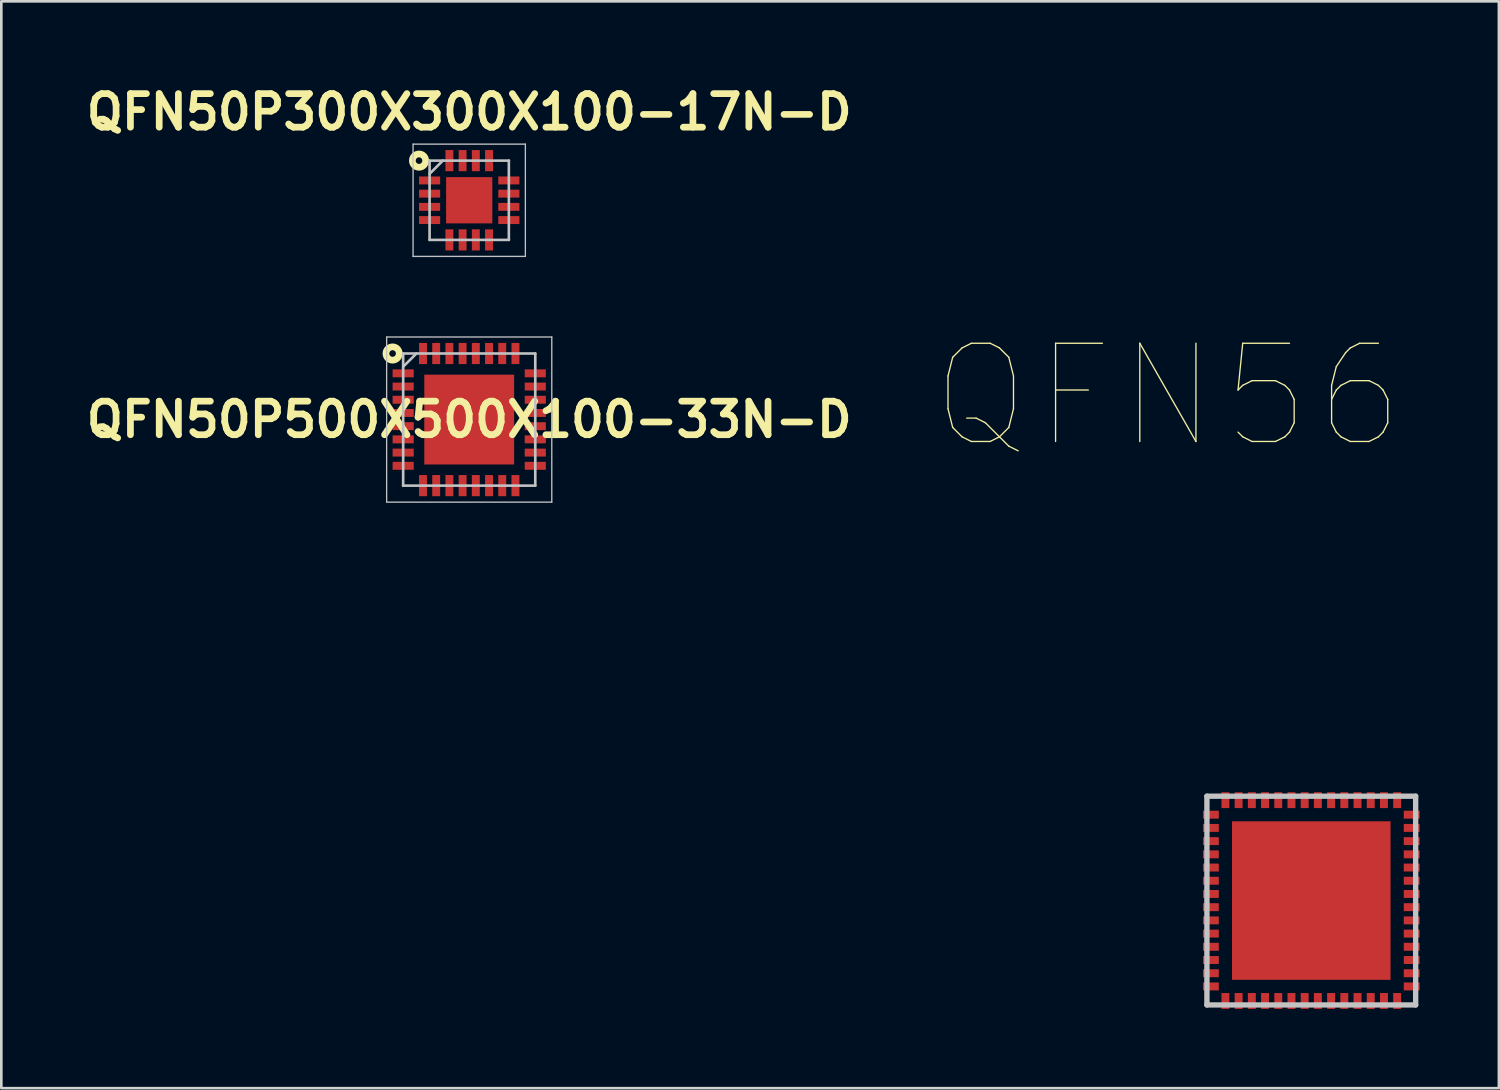
<source format=kicad_pcb>
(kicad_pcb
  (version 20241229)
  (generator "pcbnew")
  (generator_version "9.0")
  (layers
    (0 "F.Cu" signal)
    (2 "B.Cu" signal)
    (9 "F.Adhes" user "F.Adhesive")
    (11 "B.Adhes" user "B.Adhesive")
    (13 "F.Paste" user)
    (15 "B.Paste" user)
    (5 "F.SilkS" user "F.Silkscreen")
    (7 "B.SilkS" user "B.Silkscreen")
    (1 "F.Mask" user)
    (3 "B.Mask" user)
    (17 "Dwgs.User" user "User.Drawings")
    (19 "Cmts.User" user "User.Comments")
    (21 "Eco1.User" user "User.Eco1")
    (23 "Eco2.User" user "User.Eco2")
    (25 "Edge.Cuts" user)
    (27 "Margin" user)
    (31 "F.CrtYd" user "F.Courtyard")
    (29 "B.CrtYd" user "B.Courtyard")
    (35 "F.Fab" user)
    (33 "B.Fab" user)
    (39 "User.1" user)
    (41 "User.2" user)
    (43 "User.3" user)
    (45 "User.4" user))
  (footprint "QFN50P500X500X100-33N-D"
    (layer "F.Cu")
    (at 14.708 12.829)
    (property "Reference" "QFN50P500X500X100-33N-D" (at 0 0 0) (layer "F.SilkS") (effects (font (size 1.27 1.27) (thickness 0.254))))
    (attr smd)
    (fp_circle (center -2.9 -2.5) (end -2.775 -2.5) (stroke (width 0.254) (type solid)) (fill no) (layer "F.SilkS"))
    (fp_line (start -3.125 -3.125) (end 3.125 -3.125) (stroke (width 0.05) (type solid)) (layer "Dwgs.User"))
    (fp_line (start -3.125 3.125) (end -3.125 -3.125) (stroke (width 0.05) (type solid)) (layer "Dwgs.User"))
    (fp_line (start -2.5 -2.5) (end 2.5 -2.5) (stroke (width 0.1) (type solid)) (layer "Dwgs.User"))
    (fp_line (start -2.5 -2) (end -2 -2.5) (stroke (width 0.1) (type solid)) (layer "Dwgs.User"))
    (fp_line (start -2.5 2.5) (end -2.5 -2.5) (stroke (width 0.1) (type solid)) (layer "Dwgs.User"))
    (fp_line (start 2.5 -2.5) (end 2.5 2.5) (stroke (width 0.1) (type solid)) (layer "Dwgs.User"))
    (fp_line (start 2.5 2.5) (end -2.5 2.5) (stroke (width 0.1) (type solid)) (layer "Dwgs.User"))
    (fp_line (start 3.125 -3.125) (end 3.125 3.125) (stroke (width 0.05) (type solid)) (layer "Dwgs.User"))
    (fp_line (start 3.125 3.125) (end -3.125 3.125) (stroke (width 0.05) (type solid)) (layer "Dwgs.User"))
    (pad "1" smd rect (at -2.5 -1.75 90) (size 0.3 0.8) (layers "F.Cu" "F.Mask" "F.Paste"))
    (pad "2" smd rect (at -2.5 -1.25 90) (size 0.3 0.8) (layers "F.Cu" "F.Mask" "F.Paste"))
    (pad "3" smd rect (at -2.5 -0.75 90) (size 0.3 0.8) (layers "F.Cu" "F.Mask" "F.Paste"))
    (pad "4" smd rect (at -2.5 -0.25 90) (size 0.3 0.8) (layers "F.Cu" "F.Mask" "F.Paste"))
    (pad "5" smd rect (at -2.5 0.25 90) (size 0.3 0.8) (layers "F.Cu" "F.Mask" "F.Paste"))
    (pad "6" smd rect (at -2.5 0.75 90) (size 0.3 0.8) (layers "F.Cu" "F.Mask" "F.Paste"))
    (pad "7" smd rect (at -2.5 1.25 90) (size 0.3 0.8) (layers "F.Cu" "F.Mask" "F.Paste"))
    (pad "8" smd rect (at -2.5 1.75 90) (size 0.3 0.8) (layers "F.Cu" "F.Mask" "F.Paste"))
    (pad "9" smd rect (at -1.75 2.5) (size 0.3 0.8) (layers "F.Cu" "F.Mask" "F.Paste"))
    (pad "10" smd rect (at -1.25 2.5) (size 0.3 0.8) (layers "F.Cu" "F.Mask" "F.Paste"))
    (pad "11" smd rect (at -0.75 2.5) (size 0.3 0.8) (layers "F.Cu" "F.Mask" "F.Paste"))
    (pad "12" smd rect (at -0.25 2.5) (size 0.3 0.8) (layers "F.Cu" "F.Mask" "F.Paste"))
    (pad "13" smd rect (at 0.25 2.5) (size 0.3 0.8) (layers "F.Cu" "F.Mask" "F.Paste"))
    (pad "14" smd rect (at 0.75 2.5) (size 0.3 0.8) (layers "F.Cu" "F.Mask" "F.Paste"))
    (pad "15" smd rect (at 1.25 2.5) (size 0.3 0.8) (layers "F.Cu" "F.Mask" "F.Paste"))
    (pad "16" smd rect (at 1.75 2.5) (size 0.3 0.8) (layers "F.Cu" "F.Mask" "F.Paste"))
    (pad "17" smd rect (at 2.5 1.75 90) (size 0.3 0.8) (layers "F.Cu" "F.Mask" "F.Paste"))
    (pad "18" smd rect (at 2.5 1.25 90) (size 0.3 0.8) (layers "F.Cu" "F.Mask" "F.Paste"))
    (pad "19" smd rect (at 2.5 0.75 90) (size 0.3 0.8) (layers "F.Cu" "F.Mask" "F.Paste"))
    (pad "20" smd rect (at 2.5 0.25 90) (size 0.3 0.8) (layers "F.Cu" "F.Mask" "F.Paste"))
    (pad "21" smd rect (at 2.5 -0.25 90) (size 0.3 0.8) (layers "F.Cu" "F.Mask" "F.Paste"))
    (pad "22" smd rect (at 2.5 -0.75 90) (size 0.3 0.8) (layers "F.Cu" "F.Mask" "F.Paste"))
    (pad "23" smd rect (at 2.5 -1.25 90) (size 0.3 0.8) (layers "F.Cu" "F.Mask" "F.Paste"))
    (pad "24" smd rect (at 2.5 -1.75 90) (size 0.3 0.8) (layers "F.Cu" "F.Mask" "F.Paste"))
    (pad "25" smd rect (at 1.75 -2.5) (size 0.3 0.8) (layers "F.Cu" "F.Mask" "F.Paste"))
    (pad "26" smd rect (at 1.25 -2.5) (size 0.3 0.8) (layers "F.Cu" "F.Mask" "F.Paste"))
    (pad "27" smd rect (at 0.75 -2.5) (size 0.3 0.8) (layers "F.Cu" "F.Mask" "F.Paste"))
    (pad "28" smd rect (at 0.25 -2.5) (size 0.3 0.8) (layers "F.Cu" "F.Mask" "F.Paste"))
    (pad "29" smd rect (at -0.25 -2.5) (size 0.3 0.8) (layers "F.Cu" "F.Mask" "F.Paste"))
    (pad "30" smd rect (at -0.75 -2.5) (size 0.3 0.8) (layers "F.Cu" "F.Mask" "F.Paste"))
    (pad "31" smd rect (at -1.25 -2.5) (size 0.3 0.8) (layers "F.Cu" "F.Mask" "F.Paste"))
    (pad "32" smd rect (at -1.75 -2.5) (size 0.3 0.8) (layers "F.Cu" "F.Mask" "F.Paste"))
    (pad "33" smd rect (at 0 0) (size 3.4 3.4) (layers "F.Cu" "F.Mask" "F.Paste")))
  (footprint "QFN50P300X300X100-17N-D"
    (layer "F.Cu")
    (at 14.708 4.529)
    (property "Reference" "QFN50P300X300X100-17N-D" (at 0 -3.34 0) (layer "F.SilkS") (effects (font (size 1.27 1.27) (thickness 0.254))))
    (attr smd)
    (fp_circle (center -1.9 -1.5) (end -1.775 -1.5) (stroke (width 0.254) (type solid)) (fill no) (layer "F.SilkS"))
    (fp_line (start -2.125 -2.125) (end 2.125 -2.125) (stroke (width 0.05) (type solid)) (layer "Dwgs.User"))
    (fp_line (start -2.125 2.125) (end -2.125 -2.125) (stroke (width 0.05) (type solid)) (layer "Dwgs.User"))
    (fp_line (start -1.5 -1.5) (end 1.5 -1.5) (stroke (width 0.1) (type solid)) (layer "Dwgs.User"))
    (fp_line (start -1.5 -1) (end -1 -1.5) (stroke (width 0.1) (type solid)) (layer "Dwgs.User"))
    (fp_line (start -1.5 1.5) (end -1.5 -1.5) (stroke (width 0.1) (type solid)) (layer "Dwgs.User"))
    (fp_line (start 1.5 -1.5) (end 1.5 1.5) (stroke (width 0.1) (type solid)) (layer "Dwgs.User"))
    (fp_line (start 1.5 1.5) (end -1.5 1.5) (stroke (width 0.1) (type solid)) (layer "Dwgs.User"))
    (fp_line (start 2.125 -2.125) (end 2.125 2.125) (stroke (width 0.05) (type solid)) (layer "Dwgs.User"))
    (fp_line (start 2.125 2.125) (end -2.125 2.125) (stroke (width 0.05) (type solid)) (layer "Dwgs.User"))
    (pad "1" smd rect (at -1.5 -0.75 90) (size 0.3 0.8) (layers "F.Cu" "F.Mask" "F.Paste"))
    (pad "2" smd rect (at -1.5 -0.25 90) (size 0.3 0.8) (layers "F.Cu" "F.Mask" "F.Paste"))
    (pad "3" smd rect (at -1.5 0.25 90) (size 0.3 0.8) (layers "F.Cu" "F.Mask" "F.Paste"))
    (pad "4" smd rect (at -1.5 0.75 90) (size 0.3 0.8) (layers "F.Cu" "F.Mask" "F.Paste"))
    (pad "5" smd rect (at -0.75 1.5) (size 0.3 0.8) (layers "F.Cu" "F.Mask" "F.Paste"))
    (pad "6" smd rect (at -0.25 1.5) (size 0.3 0.8) (layers "F.Cu" "F.Mask" "F.Paste"))
    (pad "7" smd rect (at 0.25 1.5) (size 0.3 0.8) (layers "F.Cu" "F.Mask" "F.Paste"))
    (pad "8" smd rect (at 0.75 1.5) (size 0.3 0.8) (layers "F.Cu" "F.Mask" "F.Paste"))
    (pad "9" smd rect (at 1.5 0.75 90) (size 0.3 0.8) (layers "F.Cu" "F.Mask" "F.Paste"))
    (pad "10" smd rect (at 1.5 0.25 90) (size 0.3 0.8) (layers "F.Cu" "F.Mask" "F.Paste"))
    (pad "11" smd rect (at 1.5 -0.25 90) (size 0.3 0.8) (layers "F.Cu" "F.Mask" "F.Paste"))
    (pad "12" smd rect (at 1.5 -0.75 90) (size 0.3 0.8) (layers "F.Cu" "F.Mask" "F.Paste"))
    (pad "13" smd rect (at 0.75 -1.5) (size 0.3 0.8) (layers "F.Cu" "F.Mask" "F.Paste"))
    (pad "14" smd rect (at 0.25 -1.5) (size 0.3 0.8) (layers "F.Cu" "F.Mask" "F.Paste"))
    (pad "15" smd rect (at -0.25 -1.5) (size 0.3 0.8) (layers "F.Cu" "F.Mask" "F.Paste"))
    (pad "16" smd rect (at -0.75 -1.5) (size 0.3 0.8) (layers "F.Cu" "F.Mask" "F.Paste"))
    (pad "17" smd rect (at 0 0) (size 1.75 1.75) (layers "F.Cu" "F.Mask" "F.Paste")))
  (footprint "QFN56"
    (layer "F.Cu")
    (at 46.577 31.033)
    (property "Reference" "QFN56" (at -5.428 -19.092 0) (layer "F.SilkS") (effects (font (size 3.718 3.718) (thickness 0.05))))
    (attr smd)
    (fp_line (start -3.95 -3.95) (end -3.95 3.95) (stroke (width 0.203) (type solid)) (layer "Dwgs.User"))
    (fp_line (start -3.95 3.95) (end 3.95 3.95) (stroke (width 0.203) (type solid)) (layer "Dwgs.User"))
    (fp_line (start 3.95 -3.95) (end -3.95 -3.95) (stroke (width 0.203) (type solid)) (layer "Dwgs.User"))
    (fp_line (start 3.95 3.95) (end 3.95 -3.95) (stroke (width 0.203) (type solid)) (layer "Dwgs.User"))
    (pad "1" smd rect (at -3.8 -3.25 90) (size 0.3 0.6) (layers "F.Cu" "F.Mask" "F.Paste"))
    (pad "2" smd rect (at -3.8 -2.75 90) (size 0.3 0.6) (layers "F.Cu" "F.Mask" "F.Paste"))
    (pad "3" smd rect (at -3.8 -2.25 90) (size 0.3 0.6) (layers "F.Cu" "F.Mask" "F.Paste"))
    (pad "4" smd rect (at -3.8 -1.75 90) (size 0.3 0.6) (layers "F.Cu" "F.Mask" "F.Paste"))
    (pad "5" smd rect (at -3.8 -1.25 90) (size 0.3 0.6) (layers "F.Cu" "F.Mask" "F.Paste"))
    (pad "6" smd rect (at -3.8 -0.75 90) (size 0.3 0.6) (layers "F.Cu" "F.Mask" "F.Paste"))
    (pad "7" smd rect (at -3.8 -0.25 90) (size 0.3 0.6) (layers "F.Cu" "F.Mask" "F.Paste"))
    (pad "8" smd rect (at -3.8 0.25 90) (size 0.3 0.6) (layers "F.Cu" "F.Mask" "F.Paste"))
    (pad "9" smd rect (at -3.8 0.75 90) (size 0.3 0.6) (layers "F.Cu" "F.Mask" "F.Paste"))
    (pad "10" smd rect (at -3.8 1.25 90) (size 0.3 0.6) (layers "F.Cu" "F.Mask" "F.Paste"))
    (pad "11" smd rect (at -3.8 1.75 90) (size 0.3 0.6) (layers "F.Cu" "F.Mask" "F.Paste"))
    (pad "12" smd rect (at -3.8 2.25 90) (size 0.3 0.6) (layers "F.Cu" "F.Mask" "F.Paste"))
    (pad "13" smd rect (at -3.8 2.75 90) (size 0.3 0.6) (layers "F.Cu" "F.Mask" "F.Paste"))
    (pad "14" smd rect (at -3.8 3.25 90) (size 0.3 0.6) (layers "F.Cu" "F.Mask" "F.Paste"))
    (pad "15" smd rect (at -3.25 3.8 180) (size 0.3 0.6) (layers "F.Cu" "F.Mask" "F.Paste"))
    (pad "16" smd rect (at -2.75 3.8 180) (size 0.3 0.6) (layers "F.Cu" "F.Mask" "F.Paste"))
    (pad "17" smd rect (at -2.25 3.8 180) (size 0.3 0.6) (layers "F.Cu" "F.Mask" "F.Paste"))
    (pad "18" smd rect (at -1.75 3.8 180) (size 0.3 0.6) (layers "F.Cu" "F.Mask" "F.Paste"))
    (pad "19" smd rect (at -1.25 3.8 180) (size 0.3 0.6) (layers "F.Cu" "F.Mask" "F.Paste"))
    (pad "20" smd rect (at -0.75 3.8 180) (size 0.3 0.6) (layers "F.Cu" "F.Mask" "F.Paste"))
    (pad "21" smd rect (at -0.25 3.8 180) (size 0.3 0.6) (layers "F.Cu" "F.Mask" "F.Paste"))
    (pad "22" smd rect (at 0.25 3.8 180) (size 0.3 0.6) (layers "F.Cu" "F.Mask" "F.Paste"))
    (pad "23" smd rect (at 0.75 3.8 180) (size 0.3 0.6) (layers "F.Cu" "F.Mask" "F.Paste"))
    (pad "24" smd rect (at 1.25 3.8 180) (size 0.3 0.6) (layers "F.Cu" "F.Mask" "F.Paste"))
    (pad "25" smd rect (at 1.75 3.8 180) (size 0.3 0.6) (layers "F.Cu" "F.Mask" "F.Paste"))
    (pad "26" smd rect (at 2.25 3.8 180) (size 0.3 0.6) (layers "F.Cu" "F.Mask" "F.Paste"))
    (pad "27" smd rect (at 2.75 3.8 180) (size 0.3 0.6) (layers "F.Cu" "F.Mask" "F.Paste"))
    (pad "28" smd rect (at 3.25 3.8 180) (size 0.3 0.6) (layers "F.Cu" "F.Mask" "F.Paste"))
    (pad "29" smd rect (at 3.8 3.25 270) (size 0.3 0.6) (layers "F.Cu" "F.Mask" "F.Paste"))
    (pad "30" smd rect (at 3.8 2.75 270) (size 0.3 0.6) (layers "F.Cu" "F.Mask" "F.Paste"))
    (pad "31" smd rect (at 3.8 2.25 270) (size 0.3 0.6) (layers "F.Cu" "F.Mask" "F.Paste"))
    (pad "32" smd rect (at 3.8 1.75 270) (size 0.3 0.6) (layers "F.Cu" "F.Mask" "F.Paste"))
    (pad "33" smd rect (at 3.8 1.25 270) (size 0.3 0.6) (layers "F.Cu" "F.Mask" "F.Paste"))
    (pad "34" smd rect (at 3.8 0.75 270) (size 0.3 0.6) (layers "F.Cu" "F.Mask" "F.Paste"))
    (pad "35" smd rect (at 3.8 0.25 270) (size 0.3 0.6) (layers "F.Cu" "F.Mask" "F.Paste"))
    (pad "36" smd rect (at 3.8 -0.25 270) (size 0.3 0.6) (layers "F.Cu" "F.Mask" "F.Paste"))
    (pad "37" smd rect (at 3.8 -0.75 270) (size 0.3 0.6) (layers "F.Cu" "F.Mask" "F.Paste"))
    (pad "38" smd rect (at 3.8 -1.25 270) (size 0.3 0.6) (layers "F.Cu" "F.Mask" "F.Paste"))
    (pad "39" smd rect (at 3.8 -1.75 270) (size 0.3 0.6) (layers "F.Cu" "F.Mask" "F.Paste"))
    (pad "40" smd rect (at 3.8 -2.25 270) (size 0.3 0.6) (layers "F.Cu" "F.Mask" "F.Paste"))
    (pad "41" smd rect (at 3.8 -2.75 270) (size 0.3 0.6) (layers "F.Cu" "F.Mask" "F.Paste"))
    (pad "42" smd rect (at 3.8 -3.25 270) (size 0.3 0.6) (layers "F.Cu" "F.Mask" "F.Paste"))
    (pad "43" smd rect (at 3.25 -3.8) (size 0.3 0.6) (layers "F.Cu" "F.Mask" "F.Paste"))
    (pad "44" smd rect (at 2.75 -3.8) (size 0.3 0.6) (layers "F.Cu" "F.Mask" "F.Paste"))
    (pad "45" smd rect (at 2.25 -3.8) (size 0.3 0.6) (layers "F.Cu" "F.Mask" "F.Paste"))
    (pad "46" smd rect (at 1.75 -3.8) (size 0.3 0.6) (layers "F.Cu" "F.Mask" "F.Paste"))
    (pad "47" smd rect (at 1.25 -3.8) (size 0.3 0.6) (layers "F.Cu" "F.Mask" "F.Paste"))
    (pad "48" smd rect (at 0.75 -3.8) (size 0.3 0.6) (layers "F.Cu" "F.Mask" "F.Paste"))
    (pad "49" smd rect (at 0.25 -3.8) (size 0.3 0.6) (layers "F.Cu" "F.Mask" "F.Paste"))
    (pad "50" smd rect (at -0.25 -3.8) (size 0.3 0.6) (layers "F.Cu" "F.Mask" "F.Paste"))
    (pad "51" smd rect (at -0.75 -3.8) (size 0.3 0.6) (layers "F.Cu" "F.Mask" "F.Paste"))
    (pad "52" smd rect (at -1.25 -3.8) (size 0.3 0.6) (layers "F.Cu" "F.Mask" "F.Paste"))
    (pad "53" smd rect (at -1.75 -3.8) (size 0.3 0.6) (layers "F.Cu" "F.Mask" "F.Paste"))
    (pad "54" smd rect (at -2.25 -3.8) (size 0.3 0.6) (layers "F.Cu" "F.Mask" "F.Paste"))
    (pad "55" smd rect (at -2.75 -3.8) (size 0.3 0.6) (layers "F.Cu" "F.Mask" "F.Paste"))
    (pad "56" smd rect (at -3.25 -3.8) (size 0.3 0.6) (layers "F.Cu" "F.Mask" "F.Paste"))
    (pad "EPAD" smd rect (at 0 0) (size 6 6) (layers "F.Cu" "F.Mask" "F.Paste")))
  (gr_rect
    (start -3 -3)
    (end 53.677 38.133)
    (stroke (width 0.1) (type default))
    (fill no)
    (layer "Edge.Cuts")))
</source>
